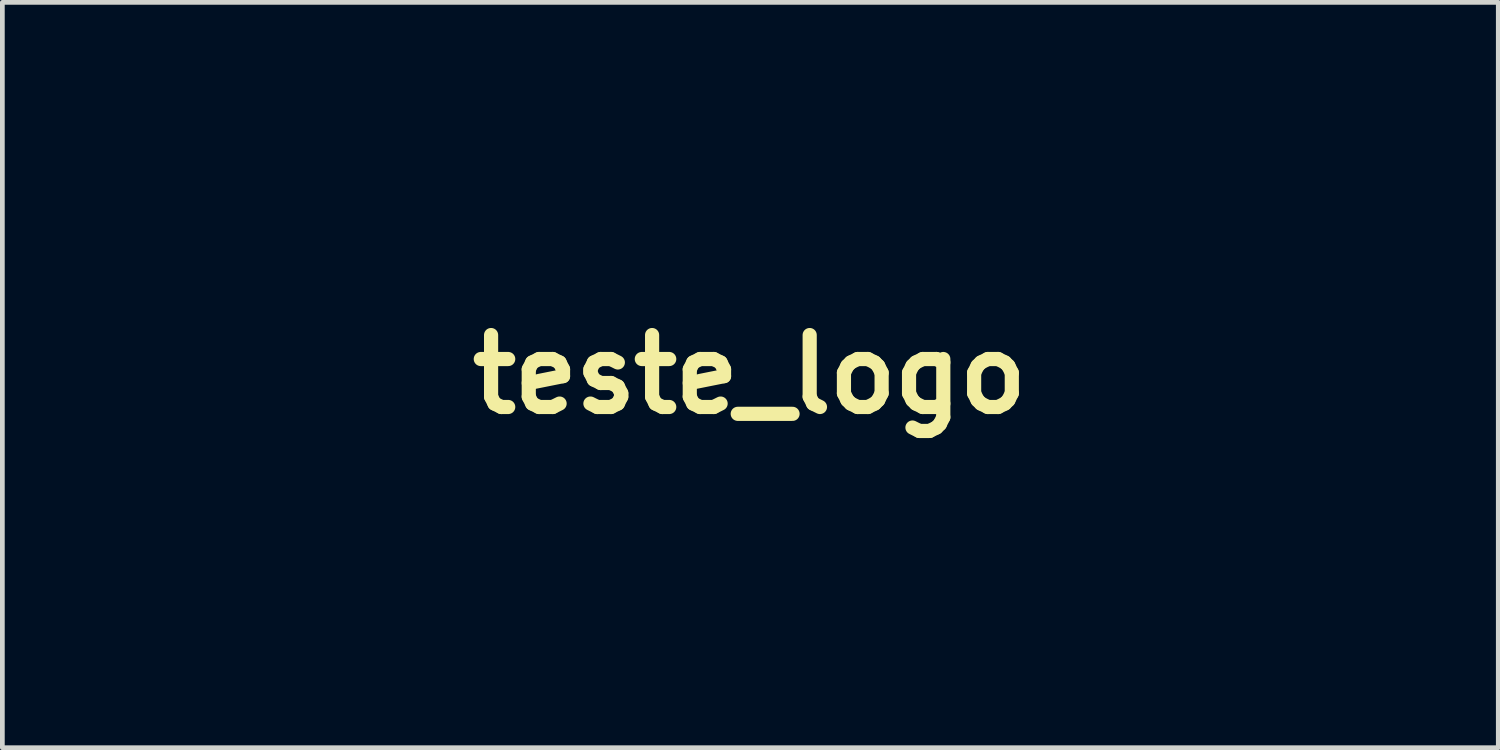
<source format=kicad_pcb>
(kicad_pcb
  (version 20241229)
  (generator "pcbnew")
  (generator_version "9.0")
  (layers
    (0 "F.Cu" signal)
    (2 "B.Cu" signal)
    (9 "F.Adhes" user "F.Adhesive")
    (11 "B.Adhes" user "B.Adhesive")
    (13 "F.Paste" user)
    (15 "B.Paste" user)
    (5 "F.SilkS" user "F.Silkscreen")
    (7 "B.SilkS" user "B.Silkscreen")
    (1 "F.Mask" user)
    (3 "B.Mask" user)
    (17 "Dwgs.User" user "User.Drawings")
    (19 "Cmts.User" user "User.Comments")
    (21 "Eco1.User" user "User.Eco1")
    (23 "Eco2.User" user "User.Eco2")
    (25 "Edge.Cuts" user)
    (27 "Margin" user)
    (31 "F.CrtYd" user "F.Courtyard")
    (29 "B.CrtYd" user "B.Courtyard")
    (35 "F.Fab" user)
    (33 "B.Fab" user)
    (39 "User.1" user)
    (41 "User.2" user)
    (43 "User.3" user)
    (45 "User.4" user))
  (footprint "teste_logo"
    (layer "F.Cu")
    (at 12.832 4.882)
    (property "Reference" "teste_logo" (at 0 0 0) (layer "F.SilkS") (effects (font (size 1.524 1.524) (thickness 0.3))))
    (attr through_hole)
    (fp_poly (pts (xy 6.563 -1.807) (xy 6.632 -1.752) (xy 6.683 -1.679) (xy 6.695 -1.645) (xy 6.711 -1.575) (xy 6.251 -1.575) (xy 6.278 -1.651) (xy 6.325 -1.733) (xy 6.397 -1.797) (xy 6.475 -1.828) (xy 6.492 -1.829) (xy 6.563 -1.807)) (stroke (width 0.01) (type solid)) (fill no) (layer "Eco2.User"))
    (fp_poly (pts (xy 3.075 0.158) (xy 3.095 0.184) (xy 3.099 0.237) (xy 3.081 0.317) (xy 3.036 0.376) (xy 2.975 0.406) (xy 2.911 0.4) (xy 2.875 0.376) (xy 2.847 0.318) (xy 2.859 0.255) (xy 2.901 0.199) (xy 2.968 0.161) (xy 3.023 0.152) (xy 3.075 0.158)) (stroke (width 0.01) (type solid)) (fill no) (layer "Eco2.User"))
    (fp_poly (pts (xy -6.898 -1.733) (xy -6.823 -1.673) (xy -6.77 -1.572) (xy -6.74 -1.427) (xy -6.732 -1.264) (xy -6.731 -1.092) (xy -7.264 -1.092) (xy -7.263 -1.251) (xy -7.252 -1.437) (xy -7.222 -1.578) (xy -7.171 -1.676) (xy -7.098 -1.733) (xy -7.001 -1.753) (xy -6.998 -1.753) (xy -6.898 -1.733)) (stroke (width 0.01) (type solid)) (fill no) (layer "Eco2.User"))
    (fp_poly (pts (xy 4.876 0.159) (xy 4.9 0.204) (xy 4.902 0.239) (xy 4.891 0.311) (xy 4.864 0.365) (xy 4.862 0.366) (xy 4.8 0.401) (xy 4.733 0.401) (xy 4.68 0.366) (xy 4.673 0.355) (xy 4.657 0.28) (xy 4.688 0.216) (xy 4.739 0.182) (xy 4.824 0.152) (xy 4.876 0.159)) (stroke (width 0.01) (type solid)) (fill no) (layer "Eco2.User"))
    (fp_poly (pts (xy 0.434 -0.133) (xy 0.48 -0.086) (xy 0.518 -0.029) (xy 0.533 0.016) (xy 0.518 0.037) (xy 0.467 0.048) (xy 0.379 0.051) (xy 0.295 0.05) (xy 0.25 0.043) (xy 0.236 0.027) (xy 0.241 -0.002) (xy 0.242 -0.006) (xy 0.275 -0.069) (xy 0.329 -0.123) (xy 0.384 -0.151) (xy 0.395 -0.152) (xy 0.434 -0.133)) (stroke (width 0.01) (type solid)) (fill no) (layer "Eco2.User"))
    (fp_poly (pts (xy 11.007 -1.807) (xy 11.079 -1.75) (xy 11.13 -1.675) (xy 11.14 -1.645) (xy 11.156 -1.575) (xy 10.937 -1.575) (xy 10.832 -1.576) (xy 10.767 -1.58) (xy 10.733 -1.59) (xy 10.721 -1.608) (xy 10.719 -1.628) (xy 10.74 -1.688) (xy 10.792 -1.752) (xy 10.858 -1.804) (xy 10.923 -1.828) (xy 10.931 -1.829) (xy 11.007 -1.807)) (stroke (width 0.01) (type solid)) (fill no) (layer "Eco2.User"))
    (fp_poly (pts (xy 6.112 -0.137) (xy 6.174 -0.069) (xy 6.21 0.023) (xy 6.222 0.136) (xy 6.211 0.249) (xy 6.179 0.346) (xy 6.146 0.393) (xy 6.055 0.455) (xy 5.96 0.471) (xy 5.893 0.451) (xy 5.816 0.386) (xy 5.768 0.293) (xy 5.748 0.184) (xy 5.755 0.071) (xy 5.789 -0.033) (xy 5.849 -0.116) (xy 5.924 -0.162) (xy 6.022 -0.173) (xy 6.112 -0.137)) (stroke (width 0.01) (type solid)) (fill no) (layer "Eco2.User"))
    (fp_poly (pts (xy 8.169 -0.474) (xy 8.247 -0.443) (xy 8.299 -0.386) (xy 8.318 -0.347) (xy 8.342 -0.238) (xy 8.319 -0.142) (xy 8.255 -0.067) (xy 8.155 -0.019) (xy 8.084 -0.007) (xy 8.009 -0.004) (xy 7.956 -0.009) (xy 7.944 -0.014) (xy 7.935 -0.047) (xy 7.929 -0.118) (xy 7.925 -0.214) (xy 7.925 -0.258) (xy 7.925 -0.483) (xy 8.053 -0.483) (xy 8.169 -0.474)) (stroke (width 0.01) (type solid)) (fill no) (layer "Eco2.User"))
    (fp_poly (pts (xy -0.423 -0.094) (xy -0.418 -0.09) (xy -0.384 -0.063) (xy -0.366 -0.028) (xy -0.357 0.03) (xy -0.356 0.124) (xy -0.359 0.226) (xy -0.371 0.291) (xy -0.394 0.331) (xy -0.402 0.339) (xy -0.475 0.377) (xy -0.549 0.367) (xy -0.596 0.331) (xy -0.636 0.255) (xy -0.654 0.155) (xy -0.648 0.051) (xy -0.625 -0.019) (xy -0.568 -0.093) (xy -0.5 -0.118) (xy -0.423 -0.094)) (stroke (width 0.01) (type solid)) (fill no) (layer "Eco2.User"))
    (fp_poly (pts (xy 2.709 -1.806) (xy 2.78 -1.743) (xy 2.833 -1.652) (xy 2.861 -1.543) (xy 2.861 -1.427) (xy 2.846 -1.361) (xy 2.793 -1.263) (xy 2.716 -1.198) (xy 2.627 -1.171) (xy 2.534 -1.186) (xy 2.495 -1.208) (xy 2.42 -1.286) (xy 2.377 -1.384) (xy 2.363 -1.492) (xy 2.378 -1.6) (xy 2.417 -1.698) (xy 2.48 -1.775) (xy 2.564 -1.821) (xy 2.624 -1.829) (xy 2.709 -1.806)) (stroke (width 0.01) (type solid)) (fill no) (layer "Eco2.User"))
    (fp_poly (pts (xy 5.74 -1.793) (xy 5.809 -1.73) (xy 5.857 -1.64) (xy 5.879 -1.528) (xy 5.869 -1.402) (xy 5.865 -1.384) (xy 5.817 -1.272) (xy 5.744 -1.2) (xy 5.652 -1.171) (xy 5.547 -1.189) (xy 5.506 -1.208) (xy 5.447 -1.266) (xy 5.407 -1.359) (xy 5.391 -1.473) (xy 5.396 -1.561) (xy 5.429 -1.678) (xy 5.486 -1.757) (xy 5.561 -1.803) (xy 5.656 -1.819) (xy 5.74 -1.793)) (stroke (width 0.01) (type solid)) (fill no) (layer "Eco2.User"))
    (fp_poly (pts (xy 7.012 -0.152) (xy 7.079 -0.089) (xy 7.121 0.004) (xy 7.137 0.115) (xy 7.127 0.23) (xy 7.092 0.337) (xy 7.031 0.422) (xy 7.005 0.443) (xy 6.921 0.479) (xy 6.838 0.467) (xy 6.751 0.406) (xy 6.741 0.396) (xy 6.686 0.33) (xy 6.657 0.261) (xy 6.649 0.17) (xy 6.653 0.089) (xy 6.682 -0.026) (xy 6.741 -0.114) (xy 6.822 -0.167) (xy 6.917 -0.18) (xy 7.012 -0.152)) (stroke (width 0.01) (type solid)) (fill no) (layer "Eco2.User"))
    (fp_poly (pts (xy 8.315 -1.806) (xy 8.393 -1.744) (xy 8.451 -1.657) (xy 8.472 -1.591) (xy 8.478 -1.465) (xy 8.451 -1.35) (xy 8.398 -1.256) (xy 8.322 -1.192) (xy 8.231 -1.168) (xy 8.23 -1.168) (xy 8.14 -1.192) (xy 8.077 -1.241) (xy 8.014 -1.332) (xy 7.984 -1.438) (xy 7.984 -1.548) (xy 8.01 -1.653) (xy 8.061 -1.742) (xy 8.133 -1.804) (xy 8.224 -1.829) (xy 8.23 -1.829) (xy 8.315 -1.806)) (stroke (width 0.01) (type solid)) (fill no) (layer "Eco2.User"))
    (fp_poly (pts (xy 9.055 -0.164) (xy 9.121 -0.119) (xy 9.178 -0.034) (xy 9.178 -0.033) (xy 9.211 0.074) (xy 9.214 0.192) (xy 9.19 0.306) (xy 9.14 0.398) (xy 9.114 0.425) (xy 9.034 0.463) (xy 8.938 0.469) (xy 8.861 0.445) (xy 8.806 0.392) (xy 8.756 0.308) (xy 8.722 0.213) (xy 8.712 0.141) (xy 8.731 0.025) (xy 8.781 -0.073) (xy 8.855 -0.144) (xy 8.944 -0.176) (xy 8.964 -0.177) (xy 9.055 -0.164)) (stroke (width 0.01) (type solid)) (fill no) (layer "Eco2.User"))
    (fp_poly (pts (xy 10.987 -0.156) (xy 11.063 -0.093) (xy 11.111 0.012) (xy 11.13 0.155) (xy 11.129 0.237) (xy 11.105 0.309) (xy 11.051 0.383) (xy 10.981 0.445) (xy 10.91 0.48) (xy 10.887 0.483) (xy 10.826 0.466) (xy 10.757 0.424) (xy 10.74 0.41) (xy 10.693 0.361) (xy 10.666 0.309) (xy 10.652 0.235) (xy 10.648 0.186) (xy 10.653 0.04) (xy 10.69 -0.07) (xy 10.757 -0.143) (xy 10.852 -0.176) (xy 10.884 -0.178) (xy 10.987 -0.156)) (stroke (width 0.01) (type solid)) (fill no) (layer "Eco2.User"))
    (fp_poly (pts (xy 10.104 -1.81) (xy 10.187 -1.76) (xy 10.211 -1.734) (xy 10.241 -1.683) (xy 10.256 -1.615) (xy 10.262 -1.515) (xy 10.262 -1.493) (xy 10.26 -1.397) (xy 10.25 -1.334) (xy 10.229 -1.29) (xy 10.19 -1.246) (xy 10.187 -1.243) (xy 10.099 -1.183) (xy 10.004 -1.17) (xy 9.925 -1.196) (xy 9.864 -1.258) (xy 9.823 -1.353) (xy 9.806 -1.466) (xy 9.813 -1.581) (xy 9.848 -1.683) (xy 9.855 -1.696) (xy 9.928 -1.777) (xy 10.014 -1.815) (xy 10.104 -1.81)) (stroke (width 0.01) (type solid)) (fill no) (layer "Eco2.User"))
    (fp_poly (pts (xy -4.803 -1.758) (xy -4.722 -1.709) (xy -4.712 -1.7) (xy -4.698 -1.684) (xy -4.687 -1.664) (xy -4.678 -1.633) (xy -4.671 -1.587) (xy -4.666 -1.519) (xy -4.662 -1.426) (xy -4.659 -1.301) (xy -4.657 -1.139) (xy -4.655 -0.935) (xy -4.653 -0.788) (xy -4.652 -0.53) (xy -4.651 -0.318) (xy -4.653 -0.147) (xy -4.658 -0.011) (xy -4.666 0.095) (xy -4.677 0.175) (xy -4.692 0.235) (xy -4.711 0.28) (xy -4.736 0.315) (xy -4.751 0.332) (xy -4.825 0.372) (xy -4.92 0.377) (xy -5.022 0.345) (xy -5.049 0.33) (xy -5.131 0.28) (xy -5.125 -0.692) (xy -5.118 -1.664) (xy -5.004 -1.722) (xy -4.894 -1.762) (xy -4.803 -1.758)) (stroke (width 0.01) (type solid)) (fill no) (layer "Eco2.User"))
    (fp_poly (pts (xy 12.852 4.902) (xy -12.827 4.902) (xy -12.827 -2.184) (xy -11.227 -2.184) (xy -11.227 0.813) (xy -10.668 0.813) (xy -10.668 -0.241) (xy -10.389 -0.241) (xy -10.388 0.171) (xy -10.387 0.536) (xy -10.386 0.853) (xy -10.383 1.122) (xy -10.381 1.342) (xy -10.377 1.513) (xy -10.373 1.634) (xy -10.368 1.706) (xy -10.363 1.727) (xy -10.358 1.702) (xy -10.353 1.626) (xy -10.349 1.501) (xy -10.346 1.333) (xy -8.128 1.333) (xy -8.128 1.746) (xy -8.127 2.111) (xy -8.125 2.428) (xy -8.123 2.697) (xy -8.12 2.917) (xy -8.116 3.088) (xy -8.112 3.209) (xy -8.107 3.281) (xy -8.103 3.302) (xy -8.097 3.277) (xy -8.093 3.201) (xy -8.088 3.075) (xy -8.085 2.9) (xy -8.082 2.676) (xy -8.08 2.403) (xy -8.078 2.082) (xy -8.077 1.713) (xy -8.077 1.333) (xy -8.078 0.921) (xy -8.079 0.556) (xy -8.08 0.239) (xy -8.082 -0.03) (xy -8.085 -0.25) (xy -8.089 -0.421) (xy -8.093 -0.542) (xy -8.098 -0.614) (xy -8.103 -0.635) (xy -8.108 -0.61) (xy -8.113 -0.534) (xy -8.117 -0.408) (xy -8.12 -0.233) (xy -8.123 -0.009) (xy -8.125 0.264) (xy -8.127 0.585) (xy -8.128 0.954) (xy -8.128 1.333) (xy -10.346 1.333) (xy -10.346 1.325) (xy -10.343 1.101) (xy -10.341 0.828) (xy -10.339 0.507) (xy -10.338 0.138) (xy -10.338 0.007) (xy -10.088 0.007) (xy -10.071 0.096) (xy -10.031 0.247) (xy -9.968 0.401) (xy -9.894 0.534) (xy -9.871 0.566) (xy -9.783 0.661) (xy -9.67 0.752) (xy -9.553 0.825) (xy -9.465 0.863) (xy -9.37 0.879) (xy -9.243 0.884) (xy -9.103 0.879) (xy -8.965 0.864) (xy -8.847 0.841) (xy -8.785 0.821) (xy -8.617 0.719) (xy -8.487 0.585) (xy -8.397 0.42) (xy -8.346 0.223) (xy -8.337 0.138) (xy -8.337 -0.021) (xy -8.362 -0.166) (xy -8.414 -0.305) (xy -8.498 -0.442) (xy -8.618 -0.584) (xy -8.738 -0.7) (xy -7.823 -0.7) (xy -7.823 -0.46) (xy -7.822 -0.266) (xy -7.821 -0.109) (xy -7.818 0.014) (xy -7.814 0.11) (xy -7.808 0.185) (xy -7.801 0.245) (xy -7.791 0.296) (xy -7.778 0.344) (xy -7.77 0.369) (xy -7.7 0.526) (xy -7.597 0.665) (xy -7.471 0.776) (xy -7.332 0.847) (xy -7.325 0.849) (xy -7.194 0.875) (xy -7.036 0.884) (xy -6.871 0.877) (xy -6.715 0.854) (xy -6.589 0.816) (xy -6.585 0.814) (xy -6.433 0.721) (xy -6.312 0.586) (xy -6.24 0.458) (xy -6.214 0.387) (xy -6.196 0.3) (xy -6.184 0.184) (xy -6.177 0.044) (xy -6.166 -0.254) (xy -6.724 -0.254) (xy -6.737 -0.032) (xy -6.747 0.078) (xy -6.761 0.176) (xy -6.777 0.244) (xy -6.782 0.258) (xy -6.841 0.33) (xy -6.926 0.371) (xy -7.023 0.378) (xy -7.115 0.348) (xy -7.149 0.324) (xy -7.196 0.262) (xy -7.23 0.167) (xy -7.251 0.036) (xy -7.26 -0.136) (xy -7.259 -0.321) (xy -7.252 -0.622) (xy -6.71 -0.629) (xy -6.169 -0.636) (xy -6.177 -1.188) (xy -6.178 -1.232) (xy -5.944 -1.232) (xy -5.943 -0.811) (xy -5.942 -0.437) (xy -5.941 -0.112) (xy -5.939 0.165) (xy -5.936 0.394) (xy -5.932 0.573) (xy -5.928 0.703) (xy -5.924 0.783) (xy -5.919 0.813) (xy -5.918 0.813) (xy -5.913 0.787) (xy -5.908 0.712) (xy -5.904 0.586) (xy -5.901 0.411) (xy -5.898 0.186) (xy -5.896 -0.087) (xy -5.894 -0.408) (xy -5.893 -0.778) (xy -5.893 -1.195) (xy -5.893 -1.232) (xy -5.893 -1.653) (xy -5.894 -2.026) (xy -5.895 -2.184) (xy -5.715 -2.184) (xy -5.715 1.778) (xy -5.131 1.778) (xy -5.131 0.578) (xy -5.048 0.66) (xy -4.914 0.767) (xy -4.773 0.829) (xy -4.614 0.848) (xy -4.61 0.848) (xy -4.449 0.827) (xy -4.319 0.767) (xy -4.216 0.665) (xy -4.14 0.52) (xy -4.124 0.475) (xy -4.112 0.432) (xy -4.103 0.378) (xy -4.095 0.309) (xy -4.088 0.217) (xy -4.083 0.099) (xy -4.079 -0.051) (xy -4.075 -0.239) (xy -4.071 -0.471) (xy -4.07 -0.561) (xy -4.07 -0.584) (xy -2.515 -0.584) (xy -2.515 0.559) (xy -1.905 0.559) (xy -1.905 0.381) (xy -2.311 0.381) (xy -2.311 0.051) (xy -1.956 0.051) (xy -1.956 -0.127) (xy -2.311 -0.127) (xy -2.311 -0.279) (xy -1.727 -0.279) (xy -1.727 0.559) (xy -1.524 0.559) (xy -1.524 0.278) (xy -1.523 0.154) (xy -1.52 0.07) (xy -1.512 0.015) (xy -1.497 -0.023) (xy -1.473 -0.053) (xy -1.462 -0.065) (xy -1.404 -0.114) (xy -1.358 -0.122) (xy -1.31 -0.09) (xy -1.295 -0.076) (xy -1.273 -0.049) (xy -1.258 -0.012) (xy -1.25 0.044) (xy -1.246 0.129) (xy -1.245 0.255) (xy -1.245 0.267) (xy -1.245 0.559) (xy -1.041 0.559) (xy -1.041 0.138) (xy -0.864 0.138) (xy -0.849 0.274) (xy -0.808 0.389) (xy -0.745 0.472) (xy -0.699 0.503) (xy -0.603 0.529) (xy -0.505 0.528) (xy -0.425 0.501) (xy -0.418 0.496) (xy -0.371 0.467) (xy -0.347 0.458) (xy -0.332 0.476) (xy -0.338 0.523) (xy -0.361 0.584) (xy -0.393 0.643) (xy -0.426 0.682) (xy -0.502 0.724) (xy -0.605 0.731) (xy -0.734 0.708) (xy -0.766 0.722) (xy -0.789 0.768) (xy -0.794 0.822) (xy -0.771 0.858) (xy -0.714 0.878) (xy -0.616 0.885) (xy -0.527 0.883) (xy -0.425 0.878) (xy -0.358 0.868) (xy -0.311 0.848) (xy -0.269 0.814) (xy -0.251 0.797) (xy -0.21 0.749) (xy -0.18 0.693) (xy -0.157 0.622) (xy -0.142 0.528) (xy -0.133 0.404) (xy -0.129 0.242) (xy -0.128 0.108) (xy -0.128 0.079) (xy 0.031 0.079) (xy 0.032 0.222) (xy 0.072 0.353) (xy 0.151 0.461) (xy 0.203 0.504) (xy 0.257 0.535) (xy 0.31 0.552) (xy 0.38 0.556) (xy 0.477 0.552) (xy 0.569 0.545) (xy 0.639 0.536) (xy 0.674 0.528) (xy 0.675 0.527) (xy 0.68 0.495) (xy 0.673 0.453) (xy 0.661 0.421) (xy 0.636 0.403) (xy 0.587 0.395) (xy 0.501 0.393) (xy 0.492 0.393) (xy 0.398 0.391) (xy 0.339 0.381) (xy 0.301 0.359) (xy 0.277 0.334) (xy 0.238 0.28) (xy 0.228 0.243) (xy 0.251 0.22) (xy 0.312 0.208) (xy 0.416 0.204) (xy 0.483 0.203) (xy 0.604 0.203) (xy 0.682 0.197) (xy 0.724 0.178) (xy 0.737 0.139) (xy 0.729 0.072) (xy 0.709 -0.024) (xy 0.665 -0.147) (xy 0.593 -0.228) (xy 0.489 -0.271) (xy 0.395 -0.279) (xy 0.889 -0.279) (xy 0.889 0.559) (xy 1.088 0.559) (xy 1.096 0.264) (xy 1.101 0.137) (xy 1.107 0.05) (xy 1.116 -0.006) (xy 1.13 -0.042) (xy 1.153 -0.068) (xy 1.165 -0.078) (xy 1.222 -0.118) (xy 1.265 -0.12) (xy 1.312 -0.085) (xy 1.321 -0.076) (xy 1.343 -0.049) (xy 1.358 -0.012) (xy 1.366 0.044) (xy 1.37 0.129) (xy 1.372 0.255) (xy 1.372 0.267) (xy 1.372 0.559) (xy 1.575 0.559) (xy 1.575 -0.131) (xy 1.501 -0.205) (xy 1.408 -0.265) (xy 1.3 -0.279) (xy 1.186 -0.248) (xy 1.149 -0.229) (xy 1.096 -0.197) (xy 1.072 -0.193) (xy 1.067 -0.214) (xy 1.067 -0.229) (xy 1.057 -0.264) (xy 1.018 -0.278) (xy 0.978 -0.279) (xy 0.889 -0.279) (xy 0.395 -0.279) (xy 0.269 -0.263) (xy 0.172 -0.209) (xy 0.097 -0.113) (xy 0.074 -0.065) (xy 0.031 0.079) (xy -0.128 0.079) (xy -0.127 -0.279) (xy -0.216 -0.279) (xy -0.282 -0.271) (xy -0.305 -0.245) (xy -0.305 -0.241) (xy -0.315 -0.208) (xy -0.35 -0.214) (xy -0.392 -0.242) (xy -0.468 -0.273) (xy -0.566 -0.277) (xy -0.661 -0.255) (xy -0.71 -0.229) (xy -0.795 -0.138) (xy -0.847 -0.012) (xy -0.864 0.138) (xy -1.041 0.138) (xy -1.041 -0.131) (xy -1.116 -0.205) (xy -1.208 -0.264) (xy -1.316 -0.281) (xy -1.425 -0.256) (xy -1.476 -0.227) (xy -1.549 -0.174) (xy -1.549 -0.227) (xy -1.559 -0.263) (xy -1.596 -0.278) (xy -1.638 -0.279) (xy -1.727 -0.279) (xy -2.311 -0.279) (xy -2.311 -0.406) (xy -1.93 -0.406) (xy -1.93 -0.584) (xy -2.515 -0.584) (xy -4.07 -0.584) (xy -4.07 -0.635) (xy 1.803 -0.635) (xy 1.803 0.559) (xy 2.007 0.559) (xy 2.007 0.272) (xy 2.009 0.13) (xy 2.016 0.03) (xy 2.032 -0.037) (xy 2.059 -0.078) (xy 2.099 -0.104) (xy 2.116 -0.11) (xy 2.172 -0.104) (xy 2.224 -0.064) (xy 2.251 -0.034) (xy 2.269 -0.000237) (xy 2.279 0.047) (xy 2.284 0.12) (xy 2.286 0.228) (xy 2.286 0.278) (xy 2.286 0.559) (xy 2.489 0.559) (xy 2.489 0.283) (xy 2.647 0.283) (xy 2.651 0.384) (xy 2.687 0.471) (xy 2.752 0.529) (xy 2.752 0.529) (xy 2.836 0.552) (xy 2.93 0.554) (xy 3.012 0.536) (xy 3.037 0.522) (xy 3.092 0.488) (xy 3.119 0.493) (xy 3.124 0.521) (xy 3.143 0.549) (xy 3.205 0.559) (xy 3.213 0.559) (xy 3.302 0.559) (xy 3.302 0.251) (xy 3.298 0.08) (xy 3.285 -0.048) (xy 3.262 -0.14) (xy 3.225 -0.203) (xy 3.174 -0.244) (xy 3.16 -0.25) (xy 3.078 -0.271) (xy 2.97 -0.278) (xy 2.86 -0.271) (xy 2.776 -0.253) (xy 2.723 -0.227) (xy 2.709 -0.19) (xy 2.712 -0.162) (xy 2.725 -0.12) (xy 2.752 -0.107) (xy 2.811 -0.115) (xy 2.816 -0.116) (xy 2.935 -0.133) (xy 3.016 -0.123) (xy 3.066 -0.086) (xy 3.091 -0.035) (xy 3.074 -0.001) (xy 3.013 0.021) (xy 2.97 0.027) (xy 2.826 0.061) (xy 2.726 0.12) (xy 2.678 0.181) (xy 2.647 0.283) (xy 2.489 0.283) (xy 2.489 0.253) (xy 2.485 0.076) (xy 2.472 -0.057) (xy 2.447 -0.153) (xy 2.41 -0.217) (xy 2.366 -0.252) (xy 2.273 -0.277) (xy 2.165 -0.27) (xy 2.082 -0.241) (xy 2.007 -0.202) (xy 2.007 -0.279) (xy 3.505 -0.279) (xy 3.505 0.559) (xy 3.704 0.559) (xy 3.712 0.293) (xy 3.718 0.169) (xy 3.725 0.085) (xy 3.738 0.031) (xy 3.757 -0.006) (xy 3.774 -0.026) (xy 3.831 -0.067) (xy 3.882 -0.083) (xy 3.919 -0.094) (xy 3.934 -0.13) (xy 3.937 -0.183) (xy 3.933 -0.247) (xy 3.914 -0.274) (xy 3.881 -0.279) (xy 4.089 -0.279) (xy 4.089 0.559) (xy 4.293 0.559) (xy 4.293 0.315) (xy 4.448 0.315) (xy 4.459 0.4) (xy 4.511 0.476) (xy 4.519 0.485) (xy 4.604 0.54) (xy 4.703 0.561) (xy 4.798 0.545) (xy 4.84 0.522) (xy 4.895 0.488) (xy 4.922 0.493) (xy 4.928 0.521) (xy 4.946 0.548) (xy 5.004 0.559) (xy 5.023 0.559) (xy 5.118 0.559) (xy 5.111 0.248) (xy 5.107 0.138) (xy 5.64 0.138) (xy 5.645 0.258) (xy 5.667 0.358) (xy 5.676 0.38) (xy 5.751 0.478) (xy 5.847 0.539) (xy 5.955 0.562) (xy 6.063 0.542) (xy 6.142 0.495) (xy 6.218 0.432) (xy 6.233 0.495) (xy 6.258 0.543) (xy 6.287 0.559) (xy 6.299 0.553) (xy 6.308 0.53) (xy 6.315 0.486) (xy 6.32 0.415) (xy 6.323 0.31) (xy 6.324 0.166) (xy 6.324 0.162) (xy 6.526 0.162) (xy 6.546 0.279) (xy 6.592 0.387) (xy 6.663 0.475) (xy 6.758 0.536) (xy 6.875 0.559) (xy 6.879 0.559) (xy 6.995 0.543) (xy 7.079 0.509) (xy 7.17 0.435) (xy 7.226 0.34) (xy 7.256 0.211) (xy 7.256 0.207) (xy 7.255 0.055) (xy 7.234 -0.015) (xy 7.823 -0.015) (xy 7.823 0.003) (xy 7.823 0.185) (xy 7.824 0.322) (xy 7.827 0.42) (xy 7.831 0.487) (xy 7.837 0.528) (xy 7.847 0.549) (xy 7.86 0.558) (xy 7.873 0.559) (xy 7.897 0.554) (xy 7.912 0.535) (xy 7.921 0.49) (xy 7.927 0.412) (xy 7.93 0.328) (xy 7.936 0.155) (xy 8.611 0.155) (xy 8.628 0.306) (xy 8.681 0.425) (xy 8.767 0.507) (xy 8.768 0.507) (xy 8.875 0.548) (xy 8.998 0.557) (xy 9.113 0.535) (xy 9.141 0.522) (xy 9.231 0.449) (xy 9.294 0.345) (xy 9.327 0.222) (xy 9.329 0.152) (xy 9.525 0.152) (xy 9.525 0.559) (xy 9.652 0.559) (xy 9.652 0.291) (xy 9.657 0.125) (xy 9.673 0.004) (xy 9.704 -0.079) (xy 9.752 -0.128) (xy 9.819 -0.15) (xy 9.859 -0.152) (xy 9.897 -0.165) (xy 9.901 -0.209) (xy 9.958 -0.209) (xy 9.986 -0.181) (xy 10.014 -0.173) (xy 10.039 -0.167) (xy 10.056 -0.15) (xy 10.067 -0.114) (xy 10.073 -0.049) (xy 10.076 0.054) (xy 10.077 0.102) (xy 10.081 0.219) (xy 10.086 0.321) (xy 10.092 0.396) (xy 10.096 0.424) (xy 10.137 0.505) (xy 10.213 0.549) (xy 10.289 0.559) (xy 10.354 0.555) (xy 10.383 0.537) (xy 10.389 0.506) (xy 10.378 0.468) (xy 10.339 0.469) (xy 10.339 0.469) (xy 10.278 0.463) (xy 10.237 0.432) (xy 10.213 0.404) (xy 10.198 0.369) (xy 10.191 0.317) (xy 10.188 0.237) (xy 10.189 0.188) (xy 10.519 0.188) (xy 10.54 0.31) (xy 10.592 0.419) (xy 10.673 0.502) (xy 10.732 0.535) (xy 10.842 0.557) (xy 10.963 0.547) (xy 11.069 0.506) (xy 11.077 0.501) (xy 11.174 0.407) (xy 11.233 0.282) (xy 11.252 0.144) (xy 11.233 -0.003) (xy 11.178 -0.122) (xy 11.095 -0.209) (xy 10.991 -0.26) (xy 10.87 -0.269) (xy 10.741 -0.233) (xy 10.733 -0.229) (xy 10.635 -0.157) (xy 10.566 -0.056) (xy 10.527 0.063) (xy 10.519 0.188) (xy 10.189 0.188) (xy 10.191 0.118) (xy 10.191 0.107) (xy 10.198 -0.165) (xy 10.293 -0.173) (xy 10.366 -0.189) (xy 10.393 -0.214) (xy 10.374 -0.239) (xy 10.31 -0.253) (xy 10.287 -0.254) (xy 10.222 -0.257) (xy 10.193 -0.273) (xy 10.186 -0.317) (xy 10.185 -0.346) (xy 10.181 -0.406) (xy 10.164 -0.425) (xy 10.145 -0.422) (xy 10.105 -0.408) (xy 10.094 -0.406) (xy 10.087 -0.384) (xy 10.084 -0.331) (xy 10.084 -0.33) (xy 10.077 -0.276) (xy 10.048 -0.256) (xy 10.02 -0.254) (xy 9.97 -0.24) (xy 9.958 -0.209) (xy 9.901 -0.209) (xy 9.901 -0.21) (xy 9.876 -0.252) (xy 9.826 -0.259) (xy 9.759 -0.233) (xy 9.697 -0.185) (xy 9.627 -0.117) (xy 9.627 -0.186) (xy 9.616 -0.238) (xy 9.58 -0.254) (xy 9.576 -0.254) (xy 9.557 -0.252) (xy 9.543 -0.24) (xy 9.534 -0.211) (xy 9.529 -0.158) (xy 9.526 -0.073) (xy 9.525 0.051) (xy 9.525 0.152) (xy 9.329 0.152) (xy 9.33 0.092) (xy 9.303 -0.032) (xy 9.242 -0.138) (xy 9.207 -0.174) (xy 9.096 -0.247) (xy 8.978 -0.271) (xy 8.871 -0.256) (xy 8.754 -0.201) (xy 8.671 -0.109) (xy 8.623 0.019) (xy 8.611 0.155) (xy 7.936 0.155) (xy 7.938 0.097) (xy 8.069 0.088) (xy 8.223 0.06) (xy 8.343 -0.003) (xy 8.395 -0.051) (xy 8.434 -0.127) (xy 8.449 -0.227) (xy 8.442 -0.334) (xy 8.412 -0.428) (xy 8.384 -0.468) (xy 8.297 -0.529) (xy 8.179 -0.569) (xy 8.045 -0.586) (xy 7.913 -0.576) (xy 7.88 -0.568) (xy 7.862 -0.562) (xy 7.848 -0.551) (xy 7.837 -0.528) (xy 7.831 -0.487) (xy 7.826 -0.422) (xy 7.824 -0.326) (xy 7.823 -0.192) (xy 7.823 -0.015) (xy 7.234 -0.015) (xy 7.216 -0.073) (xy 7.146 -0.173) (xy 7.051 -0.24) (xy 6.936 -0.269) (xy 6.807 -0.254) (xy 6.745 -0.232) (xy 6.643 -0.163) (xy 6.573 -0.069) (xy 6.535 0.043) (xy 6.526 0.162) (xy 6.324 0.162) (xy 6.325 -0.022) (xy 6.325 -0.038) (xy 6.324 -0.227) (xy 6.324 -0.371) (xy 6.322 -0.477) (xy 6.318 -0.55) (xy 6.312 -0.596) (xy 6.304 -0.621) (xy 6.292 -0.632) (xy 6.277 -0.635) (xy 6.274 -0.635) (xy 6.25 -0.631) (xy 6.235 -0.614) (xy 6.227 -0.574) (xy 6.224 -0.502) (xy 6.223 -0.393) (xy 6.223 -0.151) (xy 6.145 -0.208) (xy 6.039 -0.259) (xy 5.928 -0.263) (xy 5.822 -0.225) (xy 5.731 -0.147) (xy 5.683 -0.074) (xy 5.653 0.02) (xy 5.64 0.138) (xy 5.107 0.138) (xy 5.104 0.084) (xy 5.093 -0.038) (xy 5.074 -0.124) (xy 5.046 -0.184) (xy 5.006 -0.224) (xy 4.976 -0.242) (xy 4.894 -0.267) (xy 4.786 -0.277) (xy 4.675 -0.272) (xy 4.582 -0.252) (xy 4.568 -0.247) (xy 4.522 -0.218) (xy 4.516 -0.181) (xy 4.524 -0.157) (xy 4.546 -0.117) (xy 4.583 -0.109) (xy 4.629 -0.117) (xy 4.749 -0.134) (xy 4.832 -0.117) (xy 4.869 -0.086) (xy 4.894 -0.035) (xy 4.878 -0.001) (xy 4.816 0.02) (xy 4.773 0.027) (xy 4.635 0.06) (xy 4.535 0.118) (xy 4.476 0.199) (xy 4.473 0.206) (xy 4.448 0.315) (xy 4.293 0.315) (xy 4.293 -0.279) (xy 4.089 -0.279) (xy 3.881 -0.279) (xy 3.827 -0.262) (xy 3.765 -0.221) (xy 3.754 -0.211) (xy 3.683 -0.143) (xy 3.683 -0.211) (xy 3.677 -0.257) (xy 3.649 -0.276) (xy 3.594 -0.279) (xy 3.505 -0.279) (xy 2.007 -0.279) (xy 2.007 -0.495) (xy 4.076 -0.495) (xy 4.096 -0.437) (xy 4.139 -0.395) (xy 4.194 -0.38) (xy 4.25 -0.402) (xy 4.266 -0.418) (xy 4.286 -0.469) (xy 4.288 -0.526) (xy 4.273 -0.577) (xy 4.234 -0.6) (xy 4.199 -0.605) (xy 4.132 -0.6) (xy 4.093 -0.565) (xy 4.091 -0.562) (xy 4.076 -0.495) (xy 2.007 -0.495) (xy 2.007 -0.635) (xy 1.803 -0.635) (xy -4.07 -0.635) (xy -4.067 -0.861) (xy -4.067 -1.115) (xy -4.07 -1.327) (xy -4.075 -1.503) (xy -4.085 -1.646) (xy -4.085 -1.651) (xy -2.515 -1.651) (xy -2.514 -1.469) (xy -2.514 -1.331) (xy -2.511 -1.232) (xy -2.507 -1.165) (xy -2.501 -1.124) (xy -2.491 -1.102) (xy -2.479 -1.094) (xy -2.464 -1.092) (xy -2.447 -1.094) (xy -2.435 -1.104) (xy -2.426 -1.128) (xy -2.42 -1.172) (xy -2.416 -1.243) (xy -2.414 -1.346) (xy -2.413 -1.489) (xy -2.413 -1.499) (xy -2.134 -1.499) (xy -2.134 -1.092) (xy -2.007 -1.092) (xy -2.007 -1.379) (xy -2.004 -1.529) (xy -1.993 -1.637) (xy -1.972 -1.712) (xy -1.937 -1.762) (xy -1.885 -1.795) (xy -1.86 -1.806) (xy -1.772 -1.815) (xy -1.69 -1.783) (xy -1.631 -1.717) (xy -1.629 -1.712) (xy -1.617 -1.661) (xy -1.608 -1.573) (xy -1.602 -1.461) (xy -1.6 -1.37) (xy -1.6 -1.248) (xy -1.597 -1.168) (xy -1.59 -1.122) (xy -1.578 -1.099) (xy -1.559 -1.093) (xy -1.549 -1.092) (xy -1.529 -1.095) (xy -1.515 -1.109) (xy -1.506 -1.142) (xy -1.504 -1.164) (xy -1.267 -1.164) (xy -1.265 -1.151) (xy -1.234 -1.11) (xy -1.17 -1.086) (xy -1.086 -1.08) (xy -0.996 -1.092) (xy -0.915 -1.121) (xy -0.871 -1.152) (xy -0.809 -1.238) (xy -0.796 -1.327) (xy -0.832 -1.415) (xy -0.913 -1.498) (xy -1.019 -1.563) (xy -1.092 -1.604) (xy -1.129 -1.64) (xy -1.142 -1.682) (xy -1.143 -1.703) (xy -1.123 -1.775) (xy -1.067 -1.816) (xy -0.983 -1.822) (xy -0.929 -1.811) (xy -0.87 -1.796) (xy -0.842 -1.804) (xy -0.83 -1.83) (xy -0.832 -1.854) (xy -0.686 -1.854) (xy -0.671 -1.814) (xy -0.622 -1.803) (xy -0.559 -1.803) (xy -0.559 -1.54) (xy -0.556 -1.421) (xy -0.549 -1.312) (xy -0.539 -1.23) (xy -0.531 -1.199) (xy -0.488 -1.133) (xy -0.421 -1.089) (xy -0.35 -1.078) (xy -0.334 -1.082) (xy -0.287 -1.092) (xy -0.277 -1.092) (xy -0.257 -1.113) (xy -0.254 -1.13) (xy -0.276 -1.161) (xy -0.312 -1.168) (xy -0.361 -1.174) (xy -0.394 -1.195) (xy -0.415 -1.24) (xy -0.427 -1.317) (xy -0.431 -1.432) (xy -0.432 -1.516) (xy -0.432 -1.803) (xy -0.33 -1.803) (xy -0.264 -1.808) (xy -0.234 -1.825) (xy -0.229 -1.854) (xy -0.237 -1.887) (xy -0.272 -1.902) (xy -0.33 -1.905) (xy -0.051 -1.905) (xy -0.051 -1.092) (xy 0.076 -1.092) (xy 0.076 -1.854) (xy 0.254 -1.854) (xy 0.272 -1.811) (xy 0.302 -1.803) (xy 0.322 -1.799) (xy 0.336 -1.781) (xy 0.346 -1.741) (xy 0.353 -1.669) (xy 0.358 -1.559) (xy 0.36 -1.501) (xy 0.367 -1.355) (xy 0.378 -1.251) (xy 0.397 -1.181) (xy 0.425 -1.135) (xy 0.465 -1.104) (xy 0.494 -1.091) (xy 0.551 -1.079) (xy 0.58 -1.081) (xy 0.637 -1.092) (xy 0.65 -1.092) (xy 0.682 -1.113) (xy 0.686 -1.13) (xy 0.663 -1.161) (xy 0.61 -1.168) (xy 0.56 -1.175) (xy 0.524 -1.201) (xy 0.501 -1.254) (xy 0.488 -1.339) (xy 0.483 -1.464) (xy 0.483 -1.535) (xy 0.483 -1.803) (xy 0.584 -1.803) (xy 0.651 -1.808) (xy 0.68 -1.825) (xy 0.686 -1.854) (xy 0.677 -1.887) (xy 0.643 -1.902) (xy 0.584 -1.905) (xy 0.858 -1.905) (xy 0.867 -1.577) (xy 0.872 -1.437) (xy 0.879 -1.338) (xy 0.888 -1.27) (xy 0.903 -1.223) (xy 0.923 -1.186) (xy 0.929 -1.177) (xy 1.01 -1.107) (xy 1.111 -1.079) (xy 1.222 -1.095) (xy 1.327 -1.148) (xy 1.374 -1.18) (xy 1.393 -1.181) (xy 1.397 -1.153) (xy 1.397 -1.145) (xy 1.414 -1.101) (xy 1.448 -1.092) (xy 1.467 -1.095) (xy 1.48 -1.107) (xy 1.489 -1.135) (xy 1.495 -1.189) (xy 1.498 -1.273) (xy 1.499 -1.397) (xy 1.499 -1.499) (xy 1.498 -1.651) (xy 1.497 -1.759) (xy 1.493 -1.831) (xy 1.49 -1.854) (xy 1.676 -1.854) (xy 1.691 -1.814) (xy 1.74 -1.803) (xy 1.803 -1.803) (xy 1.803 -1.504) (xy 1.805 -1.361) (xy 1.812 -1.26) (xy 1.823 -1.193) (xy 1.841 -1.152) (xy 1.842 -1.15) (xy 1.906 -1.098) (xy 1.99 -1.078) (xy 2.028 -1.083) (xy 2.075 -1.092) (xy 2.085 -1.092) (xy 2.106 -1.113) (xy 2.108 -1.13) (xy 2.086 -1.161) (xy 2.051 -1.169) (xy 1.998 -1.173) (xy 1.96 -1.19) (xy 1.936 -1.229) (xy 1.921 -1.296) (xy 1.913 -1.4) (xy 1.911 -1.451) (xy 2.252 -1.451) (xy 2.264 -1.369) (xy 2.312 -1.248) (xy 2.395 -1.156) (xy 2.5 -1.097) (xy 2.619 -1.076) (xy 2.741 -1.097) (xy 2.814 -1.134) (xy 2.855 -1.173) (xy 3.556 -1.173) (xy 3.568 -1.134) (xy 3.612 -1.112) (xy 3.651 -1.104) (xy 3.72 -1.091) (xy 3.767 -1.081) (xy 3.772 -1.079) (xy 3.818 -1.078) (xy 3.831 -1.082) (xy 3.883 -1.09) (xy 3.925 -1.092) (xy 3.981 -1.108) (xy 4.049 -1.15) (xy 4.076 -1.171) (xy 4.13 -1.224) (xy 4.157 -1.274) (xy 4.165 -1.342) (xy 4.166 -1.381) (xy 4.157 -1.484) (xy 4.127 -1.561) (xy 4.066 -1.625) (xy 3.966 -1.687) (xy 3.934 -1.703) (xy 3.812 -1.771) (xy 3.767 -1.807) (xy 4.395 -1.807) (xy 4.395 -1.719) (xy 4.398 -1.589) (xy 4.399 -1.565) (xy 4.403 -1.423) (xy 4.409 -1.324) (xy 4.417 -1.256) (xy 4.43 -1.211) (xy 4.448 -1.179) (xy 4.458 -1.168) (xy 4.55 -1.098) (xy 4.654 -1.077) (xy 4.764 -1.103) (xy 4.831 -1.143) (xy 4.889 -1.182) (xy 4.918 -1.189) (xy 4.927 -1.163) (xy 4.928 -1.143) (xy 4.945 -1.101) (xy 4.982 -1.092) (xy 5.011 -1.096) (xy 5.026 -1.114) (xy 5.028 -1.158) (xy 5.021 -1.241) (xy 5.02 -1.248) (xy 5.014 -1.333) (xy 5.283 -1.333) (xy 5.283 -1.149) (xy 5.284 -1.009) (xy 5.286 -0.908) (xy 5.29 -0.839) (xy 5.296 -0.796) (xy 5.306 -0.773) (xy 5.318 -0.764) (xy 5.334 -0.762) (xy 5.359 -0.766) (xy 5.374 -0.785) (xy 5.382 -0.828) (xy 5.384 -0.906) (xy 5.385 -0.978) (xy 5.386 -1.075) (xy 5.39 -1.15) (xy 5.396 -1.19) (xy 5.399 -1.194) (xy 5.425 -1.178) (xy 5.464 -1.146) (xy 5.555 -1.093) (xy 5.662 -1.079) (xy 5.771 -1.104) (xy 5.868 -1.164) (xy 5.907 -1.207) (xy 5.957 -1.305) (xy 5.986 -1.431) (xy 5.99 -1.516) (xy 6.149 -1.516) (xy 6.153 -1.398) (xy 6.184 -1.286) (xy 6.242 -1.191) (xy 6.329 -1.12) (xy 6.427 -1.086) (xy 6.508 -1.081) (xy 6.611 -1.089) (xy 6.709 -1.108) (xy 6.712 -1.109) (xy 6.75 -1.135) (xy 6.756 -1.154) (xy 6.743 -1.173) (xy 6.699 -1.18) (xy 6.614 -1.177) (xy 6.598 -1.175) (xy 6.504 -1.171) (xy 6.442 -1.178) (xy 6.394 -1.2) (xy 6.37 -1.218) (xy 6.324 -1.271) (xy 6.285 -1.342) (xy 6.261 -1.414) (xy 6.26 -1.469) (xy 6.264 -1.477) (xy 6.293 -1.486) (xy 6.362 -1.493) (xy 6.459 -1.498) (xy 6.542 -1.499) (xy 6.807 -1.499) (xy 7.01 -1.499) (xy 7.01 -1.092) (xy 7.137 -1.092) (xy 7.137 -1.37) (xy 7.138 -1.493) (xy 7.138 -1.499) (xy 7.544 -1.499) (xy 7.544 -1.347) (xy 7.546 -1.238) (xy 7.549 -1.166) (xy 7.556 -1.122) (xy 7.566 -1.101) (xy 7.582 -1.093) (xy 7.595 -1.092) (xy 7.614 -1.095) (xy 7.627 -1.107) (xy 7.636 -1.135) (xy 7.642 -1.189) (xy 7.644 -1.273) (xy 7.645 -1.397) (xy 7.645 -1.487) (xy 7.874 -1.487) (xy 7.892 -1.333) (xy 7.947 -1.213) (xy 8.037 -1.129) (xy 8.119 -1.092) (xy 8.226 -1.079) (xy 8.341 -1.096) (xy 8.428 -1.134) (xy 8.514 -1.216) (xy 8.566 -1.332) (xy 8.585 -1.484) (xy 8.585 -1.499) (xy 8.814 -1.499) (xy 8.814 -1.347) (xy 8.816 -1.238) (xy 8.819 -1.166) (xy 8.826 -1.122) (xy 8.836 -1.101) (xy 8.852 -1.093) (xy 8.865 -1.092) (xy 8.888 -1.096) (xy 8.903 -1.113) (xy 8.911 -1.152) (xy 8.915 -1.224) (xy 8.915 -1.336) (xy 8.915 -1.34) (xy 8.921 -1.481) (xy 9.68 -1.481) (xy 9.687 -1.39) (xy 9.731 -1.265) (xy 9.803 -1.169) (xy 9.895 -1.107) (xy 9.999 -1.08) (xy 10.106 -1.095) (xy 10.206 -1.153) (xy 10.217 -1.163) (xy 10.287 -1.229) (xy 10.287 -1.16) (xy 10.297 -1.108) (xy 10.334 -1.092) (xy 10.338 -1.092) (xy 10.354 -1.094) (xy 10.366 -1.103) (xy 10.375 -1.127) (xy 10.382 -1.17) (xy 10.385 -1.239) (xy 10.388 -1.34) (xy 10.388 -1.427) (xy 10.598 -1.427) (xy 10.632 -1.289) (xy 10.702 -1.184) (xy 10.805 -1.114) (xy 10.938 -1.084) (xy 11.096 -1.095) (xy 11.157 -1.109) (xy 11.195 -1.133) (xy 11.201 -1.151) (xy 11.178 -1.169) (xy 11.107 -1.179) (xy 11.026 -1.181) (xy 10.921 -1.185) (xy 10.852 -1.198) (xy 10.806 -1.223) (xy 10.798 -1.229) (xy 10.759 -1.281) (xy 10.726 -1.352) (xy 10.706 -1.422) (xy 10.706 -1.472) (xy 10.709 -1.477) (xy 10.738 -1.486) (xy 10.807 -1.493) (xy 10.904 -1.498) (xy 10.987 -1.499) (xy 11.252 -1.499) (xy 11.252 -1.576) (xy 11.236 -1.682) (xy 11.192 -1.783) (xy 11.131 -1.857) (xy 11.122 -1.864) (xy 11.053 -1.892) (xy 10.957 -1.905) (xy 10.939 -1.905) (xy 10.859 -1.9) (xy 10.802 -1.88) (xy 10.743 -1.833) (xy 10.718 -1.809) (xy 10.649 -1.725) (xy 10.613 -1.638) (xy 10.604 -1.595) (xy 10.598 -1.427) (xy 10.388 -1.427) (xy 10.388 -1.48) (xy 10.389 -1.663) (xy 10.389 -1.676) (xy 10.389 -2.261) (xy 10.325 -2.261) (xy 10.295 -2.259) (xy 10.276 -2.247) (xy 10.266 -2.215) (xy 10.262 -2.154) (xy 10.262 -2.053) (xy 10.262 -2.03) (xy 10.262 -1.8) (xy 10.195 -1.852) (xy 10.096 -1.9) (xy 9.985 -1.905) (xy 9.876 -1.868) (xy 9.82 -1.828) (xy 9.748 -1.735) (xy 9.7 -1.614) (xy 9.68 -1.481) (xy 8.921 -1.481) (xy 8.922 -1.505) (xy 8.942 -1.627) (xy 8.978 -1.712) (xy 9.032 -1.766) (xy 9.087 -1.79) (xy 9.151 -1.822) (xy 9.169 -1.859) (xy 9.152 -1.898) (xy 9.108 -1.905) (xy 9.05 -1.885) (xy 8.992 -1.839) (xy 8.983 -1.829) (xy 8.919 -1.753) (xy 8.903 -1.829) (xy 8.88 -1.882) (xy 8.85 -1.905) (xy 8.85 -1.905) (xy 8.836 -1.897) (xy 8.826 -1.868) (xy 8.82 -1.812) (xy 8.816 -1.723) (xy 8.814 -1.592) (xy 8.814 -1.499) (xy 8.585 -1.499) (xy 8.568 -1.655) (xy 8.516 -1.773) (xy 8.431 -1.855) (xy 8.313 -1.898) (xy 8.225 -1.905) (xy 8.094 -1.883) (xy 7.991 -1.821) (xy 7.919 -1.72) (xy 7.881 -1.585) (xy 7.874 -1.487) (xy 7.645 -1.487) (xy 7.645 -1.499) (xy 7.645 -1.651) (xy 7.644 -1.759) (xy 7.64 -1.831) (xy 7.633 -1.875) (xy 7.623 -1.897) (xy 7.607 -1.904) (xy 7.595 -1.905) (xy 7.576 -1.903) (xy 7.562 -1.891) (xy 7.553 -1.862) (xy 7.548 -1.809) (xy 7.545 -1.724) (xy 7.544 -1.6) (xy 7.544 -1.499) (xy 7.138 -1.499) (xy 7.142 -1.578) (xy 7.151 -1.634) (xy 7.167 -1.675) (xy 7.192 -1.712) (xy 7.203 -1.725) (xy 7.257 -1.775) (xy 7.308 -1.802) (xy 7.317 -1.803) (xy 7.358 -1.822) (xy 7.366 -1.854) (xy 7.35 -1.896) (xy 7.307 -1.904) (xy 7.248 -1.879) (xy 7.186 -1.826) (xy 7.112 -1.747) (xy 7.112 -1.826) (xy 7.105 -1.883) (xy 7.077 -1.904) (xy 7.061 -1.905) (xy 7.042 -1.903) (xy 7.029 -1.891) (xy 7.02 -1.862) (xy 7.014 -1.809) (xy 7.011 -1.724) (xy 7.01 -1.6) (xy 7.01 -1.499) (xy 6.807 -1.499) (xy 6.807 -1.576) (xy 6.791 -1.682) (xy 6.747 -1.783) (xy 6.686 -1.857) (xy 6.677 -1.864) (xy 6.609 -1.891) (xy 6.517 -1.905) (xy 6.498 -1.905) (xy 6.381 -1.884) (xy 6.287 -1.825) (xy 6.216 -1.739) (xy 6.17 -1.633) (xy 6.149 -1.516) (xy 5.99 -1.516) (xy 5.992 -1.564) (xy 5.971 -1.684) (xy 5.97 -1.685) (xy 5.912 -1.79) (xy 5.825 -1.864) (xy 5.719 -1.904) (xy 5.607 -1.906) (xy 5.5 -1.866) (xy 5.463 -1.839) (xy 5.385 -1.773) (xy 5.385 -1.839) (xy 5.374 -1.89) (xy 5.335 -1.905) (xy 5.334 -1.905) (xy 5.318 -1.903) (xy 5.305 -1.894) (xy 5.296 -1.87) (xy 5.29 -1.826) (xy 5.286 -1.756) (xy 5.284 -1.654) (xy 5.283 -1.513) (xy 5.283 -1.333) (xy 5.014 -1.333) (xy 5.013 -1.346) (xy 5.007 -1.473) (xy 5.004 -1.606) (xy 5.004 -1.655) (xy 5.003 -1.769) (xy 5 -1.842) (xy 4.992 -1.883) (xy 4.977 -1.901) (xy 4.955 -1.905) (xy 4.953 -1.905) (xy 4.931 -1.902) (xy 4.917 -1.887) (xy 4.908 -1.852) (xy 4.904 -1.787) (xy 4.902 -1.685) (xy 4.902 -1.611) (xy 4.902 -1.485) (xy 4.899 -1.398) (xy 4.892 -1.341) (xy 4.878 -1.302) (xy 4.855 -1.271) (xy 4.828 -1.243) (xy 4.743 -1.183) (xy 4.659 -1.171) (xy 4.586 -1.203) (xy 4.531 -1.279) (xy 4.524 -1.299) (xy 4.512 -1.358) (xy 4.502 -1.453) (xy 4.497 -1.569) (xy 4.496 -1.642) (xy 4.495 -1.76) (xy 4.492 -1.836) (xy 4.485 -1.88) (xy 4.472 -1.899) (xy 4.45 -1.905) (xy 4.443 -1.905) (xy 4.422 -1.903) (xy 4.408 -1.891) (xy 4.399 -1.862) (xy 4.395 -1.807) (xy 3.767 -1.807) (xy 3.734 -1.833) (xy 3.693 -1.892) (xy 3.683 -1.944) (xy 3.705 -2.026) (xy 3.766 -2.088) (xy 3.852 -2.125) (xy 3.956 -2.131) (xy 4.047 -2.11) (xy 4.095 -2.099) (xy 4.118 -2.12) (xy 4.12 -2.126) (xy 7.524 -2.126) (xy 7.537 -2.082) (xy 7.582 -2.061) (xy 7.601 -2.062) (xy 7.652 -2.091) (xy 7.666 -2.127) (xy 7.656 -2.181) (xy 7.617 -2.204) (xy 7.566 -2.19) (xy 7.551 -2.177) (xy 7.524 -2.126) (xy 4.12 -2.126) (xy 4.123 -2.135) (xy 4.127 -2.173) (xy 4.109 -2.197) (xy 4.058 -2.213) (xy 3.98 -2.226) (xy 3.84 -2.226) (xy 3.725 -2.19) (xy 3.64 -2.12) (xy 3.591 -2.021) (xy 3.581 -1.942) (xy 3.603 -1.827) (xy 3.67 -1.731) (xy 3.783 -1.652) (xy 3.833 -1.629) (xy 3.954 -1.561) (xy 4.03 -1.483) (xy 4.059 -1.399) (xy 4.04 -1.312) (xy 3.986 -1.239) (xy 3.933 -1.192) (xy 3.885 -1.172) (xy 3.819 -1.173) (xy 3.79 -1.177) (xy 3.704 -1.19) (xy 3.632 -1.204) (xy 3.613 -1.209) (xy 3.57 -1.213) (xy 3.556 -1.183) (xy 3.556 -1.173) (xy 2.855 -1.173) (xy 2.901 -1.216) (xy 2.953 -1.332) (xy 2.972 -1.484) (xy 2.972 -1.499) (xy 2.954 -1.655) (xy 2.903 -1.773) (xy 2.818 -1.855) (xy 2.699 -1.898) (xy 2.611 -1.905) (xy 2.481 -1.883) (xy 2.376 -1.82) (xy 2.301 -1.724) (xy 2.258 -1.599) (xy 2.252 -1.451) (xy 1.911 -1.451) (xy 1.909 -1.51) (xy 1.901 -1.803) (xy 2.004 -1.803) (xy 2.072 -1.807) (xy 2.102 -1.824) (xy 2.108 -1.854) (xy 2.1 -1.887) (xy 2.065 -1.902) (xy 2.007 -1.905) (xy 1.942 -1.908) (xy 1.913 -1.924) (xy 1.905 -1.967) (xy 1.905 -1.992) (xy 1.901 -2.049) (xy 1.882 -2.068) (xy 1.854 -2.065) (xy 1.814 -2.035) (xy 1.803 -1.978) (xy 1.796 -1.925) (xy 1.764 -1.906) (xy 1.74 -1.905) (xy 1.69 -1.893) (xy 1.676 -1.854) (xy 1.49 -1.854) (xy 1.487 -1.875) (xy 1.476 -1.897) (xy 1.461 -1.904) (xy 1.448 -1.905) (xy 1.425 -1.902) (xy 1.41 -1.885) (xy 1.402 -1.846) (xy 1.398 -1.776) (xy 1.397 -1.665) (xy 1.397 -1.65) (xy 1.391 -1.479) (xy 1.372 -1.353) (xy 1.339 -1.265) (xy 1.289 -1.21) (xy 1.257 -1.194) (xy 1.176 -1.171) (xy 1.115 -1.182) (xy 1.055 -1.229) (xy 1.053 -1.231) (xy 1.027 -1.26) (xy 1.009 -1.292) (xy 0.998 -1.337) (xy 0.993 -1.404) (xy 0.991 -1.506) (xy 0.991 -1.599) (xy 0.991 -1.905) (xy 0.858 -1.905) (xy 0.584 -1.905) (xy 0.519 -1.908) (xy 0.49 -1.924) (xy 0.483 -1.967) (xy 0.483 -1.993) (xy 0.479 -2.051) (xy 0.463 -2.069) (xy 0.425 -2.06) (xy 0.375 -2.017) (xy 0.36 -1.972) (xy 0.34 -1.918) (xy 0.303 -1.905) (xy 0.262 -1.886) (xy 0.254 -1.854) (xy 0.076 -1.854) (xy 0.076 -1.905) (xy -0.051 -1.905) (xy -0.33 -1.905) (xy -0.395 -1.908) (xy -0.424 -1.924) (xy -0.432 -1.968) (xy -0.432 -1.997) (xy -0.436 -2.057) (xy -0.453 -2.076) (xy -0.472 -2.073) (xy -0.52 -2.059) (xy -0.535 -2.057) (xy -0.552 -2.035) (xy -0.559 -1.982) (xy -0.559 -1.981) (xy -0.566 -1.927) (xy -0.595 -1.907) (xy -0.622 -1.905) (xy -0.672 -1.893) (xy -0.686 -1.854) (xy -0.832 -1.854) (xy -0.833 -1.87) (xy -0.87 -1.893) (xy -0.948 -1.904) (xy -1.002 -1.905) (xy -1.111 -1.886) (xy -1.195 -1.837) (xy -1.247 -1.764) (xy -1.259 -1.677) (xy -1.239 -1.607) (xy -1.197 -1.555) (xy -1.129 -1.502) (xy -1.095 -1.482) (xy -1.003 -1.431) (xy -0.949 -1.39) (xy -0.922 -1.351) (xy -0.915 -1.303) (xy -0.914 -1.293) (xy -0.933 -1.223) (xy -0.99 -1.184) (xy -1.088 -1.174) (xy -1.149 -1.179) (xy -1.223 -1.187) (xy -1.259 -1.183) (xy -1.267 -1.164) (xy -1.504 -1.164) (xy -1.501 -1.201) (xy -1.499 -1.296) (xy -1.499 -1.424) (xy -1.499 -1.757) (xy -1.573 -1.831) (xy -1.666 -1.891) (xy -1.774 -1.909) (xy -1.883 -1.884) (xy -1.954 -1.839) (xy -2.032 -1.773) (xy -2.032 -1.839) (xy -2.043 -1.89) (xy -2.082 -1.905) (xy -2.083 -1.905) (xy -2.102 -1.903) (xy -2.115 -1.891) (xy -2.124 -1.862) (xy -2.13 -1.809) (xy -2.133 -1.724) (xy -2.134 -1.6) (xy -2.134 -1.499) (xy -2.413 -1.499) (xy -2.413 -1.651) (xy -2.413 -1.833) (xy -2.414 -1.971) (xy -2.416 -2.07) (xy -2.42 -2.127) (xy -0.046 -2.127) (xy -0.045 -2.077) (xy -0.017 -2.059) (xy 0.013 -2.057) (xy 0.06 -2.064) (xy 0.074 -2.096) (xy 0.072 -2.127) (xy 0.053 -2.182) (xy 0.013 -2.197) (xy -0.029 -2.18) (xy -0.046 -2.127) (xy -2.42 -2.127) (xy -2.42 -2.137) (xy -2.427 -2.178) (xy -2.436 -2.2) (xy -2.449 -2.208) (xy -2.464 -2.21) (xy -2.48 -2.208) (xy -2.493 -2.198) (xy -2.502 -2.174) (xy -2.508 -2.13) (xy -2.512 -2.059) (xy -2.514 -1.956) (xy -2.514 -1.813) (xy -2.515 -1.651) (xy -4.085 -1.651) (xy -4.098 -1.763) (xy -4.115 -1.857) (xy -4.137 -1.932) (xy -4.164 -1.995) (xy -4.177 -2.02) (xy -4.266 -2.125) (xy -4.383 -2.195) (xy -4.52 -2.231) (xy -4.667 -2.231) (xy -4.816 -2.196) (xy -4.956 -2.125) (xy -5.048 -2.051) (xy -5.131 -1.971) (xy -5.131 -2.184) (xy -5.715 -2.184) (xy -5.895 -2.184) (xy -5.896 -2.352) (xy -5.898 -2.629) (xy -5.901 -2.858) (xy -5.904 -3.037) (xy -5.908 -3.167) (xy -5.913 -3.247) (xy -5.918 -3.276) (xy -5.918 -3.277) (xy -5.923 -3.251) (xy -5.928 -3.176) (xy -5.932 -3.05) (xy -5.936 -2.875) (xy -5.938 -2.65) (xy -5.941 -2.377) (xy -5.942 -2.055) (xy -5.943 -1.686) (xy -5.944 -1.269) (xy -5.944 -1.232) (xy -6.178 -1.232) (xy -6.18 -1.371) (xy -6.183 -1.51) (xy -6.188 -1.615) (xy -6.194 -1.692) (xy -6.204 -1.75) (xy -6.216 -1.795) (xy -6.234 -1.837) (xy -6.246 -1.862) (xy -6.351 -2.024) (xy -6.49 -2.148) (xy -6.562 -2.192) (xy -6.616 -2.217) (xy -6.672 -2.233) (xy -6.744 -2.243) (xy -6.843 -2.247) (xy -6.96 -2.248) (xy -7.09 -2.247) (xy -7.182 -2.243) (xy -7.25 -2.233) (xy -7.307 -2.215) (xy -7.365 -2.188) (xy -7.38 -2.18) (xy -7.534 -2.074) (xy -7.663 -1.933) (xy -7.757 -1.774) (xy -7.769 -1.743) (xy -7.783 -1.703) (xy -7.795 -1.662) (xy -7.804 -1.615) (xy -7.811 -1.556) (xy -7.816 -1.48) (xy -7.819 -1.38) (xy -7.822 -1.251) (xy -7.823 -1.088) (xy -7.823 -0.883) (xy -7.823 -0.7) (xy -8.738 -0.7) (xy -8.776 -0.737) (xy -8.961 -0.893) (xy -9.11 -1.016) (xy -9.225 -1.113) (xy -9.309 -1.19) (xy -9.369 -1.253) (xy -9.409 -1.307) (xy -9.435 -1.357) (xy -9.45 -1.402) (xy -9.459 -1.51) (xy -9.429 -1.607) (xy -9.371 -1.684) (xy -9.292 -1.736) (xy -9.202 -1.755) (xy -9.108 -1.733) (xy -9.073 -1.713) (xy -9.025 -1.663) (xy -8.975 -1.588) (xy -8.935 -1.509) (xy -8.916 -1.444) (xy -8.915 -1.438) (xy -8.904 -1.396) (xy -8.896 -1.388) (xy -8.866 -1.389) (xy -8.8 -1.4) (xy -8.711 -1.417) (xy -8.612 -1.438) (xy -8.515 -1.461) (xy -8.434 -1.481) (xy -8.382 -1.497) (xy -8.37 -1.502) (xy -8.369 -1.53) (xy -8.376 -1.591) (xy -8.383 -1.631) (xy -8.439 -1.811) (xy -8.531 -1.971) (xy -8.654 -2.103) (xy -8.799 -2.197) (xy -8.859 -2.221) (xy -8.954 -2.243) (xy -9.078 -2.257) (xy -9.186 -2.261) (xy -9.404 -2.243) (xy -9.588 -2.188) (xy -9.74 -2.095) (xy -9.863 -1.964) (xy -9.918 -1.876) (xy -9.956 -1.799) (xy -9.98 -1.726) (xy -9.994 -1.639) (xy -10.002 -1.521) (xy -10.003 -1.508) (xy -10.002 -1.328) (xy -9.98 -1.181) (xy -9.93 -1.051) (xy -9.851 -0.923) (xy -9.836 -0.903) (xy -9.801 -0.858) (xy -9.765 -0.817) (xy -9.723 -0.774) (xy -9.668 -0.725) (xy -9.595 -0.663) (xy -9.498 -0.585) (xy -9.371 -0.484) (xy -9.26 -0.396) (xy -9.094 -0.253) (xy -8.977 -0.121) (xy -8.909 0.000345) (xy -8.888 0.112) (xy -8.916 0.216) (xy -8.964 0.285) (xy -9.017 0.337) (xy -9.069 0.361) (xy -9.144 0.368) (xy -9.166 0.368) (xy -9.253 0.363) (xy -9.315 0.339) (xy -9.37 0.295) (xy -9.43 0.216) (xy -9.482 0.112) (xy -9.517 0.005) (xy -9.525 -0.059) (xy -9.529 -0.081) (xy -9.546 -0.094) (xy -9.584 -0.097) (xy -9.649 -0.089) (xy -9.748 -0.069) (xy -9.889 -0.038) (xy -9.902 -0.036) (xy -10.088 0.007) (xy -10.338 0.007) (xy -10.338 -0.241) (xy -10.338 -0.654) (xy -10.339 -1.018) (xy -10.341 -1.336) (xy -10.343 -1.604) (xy -10.346 -1.825) (xy -10.349 -1.996) (xy -10.354 -2.117) (xy -10.358 -2.189) (xy -10.363 -2.21) (xy -10.369 -2.184) (xy -10.373 -2.109) (xy -10.377 -1.983) (xy -10.381 -1.808) (xy -10.384 -1.584) (xy -10.386 -1.311) (xy -10.387 -0.99) (xy -10.388 -0.621) (xy -10.389 -0.241) (xy -10.668 -0.241) (xy -10.668 -2.184) (xy -11.227 -2.184) (xy -12.827 -2.184) (xy -12.827 -3.277) (xy -11.227 -3.277) (xy -11.227 -2.718) (xy -10.668 -2.718) (xy -10.668 -3.277) (xy -11.227 -3.277) (xy -12.827 -3.277) (xy -12.827 -4.877) (xy 12.852 -4.877) (xy 12.852 4.902)) (stroke (width 0.01) (type solid)) (fill no) (layer "Eco2.User")))
  (gr_rect
    (start -3 -3)
    (end 28.689 12.789)
    (stroke (width 0.1) (type default))
    (fill no)
    (layer "Edge.Cuts")))
</source>
